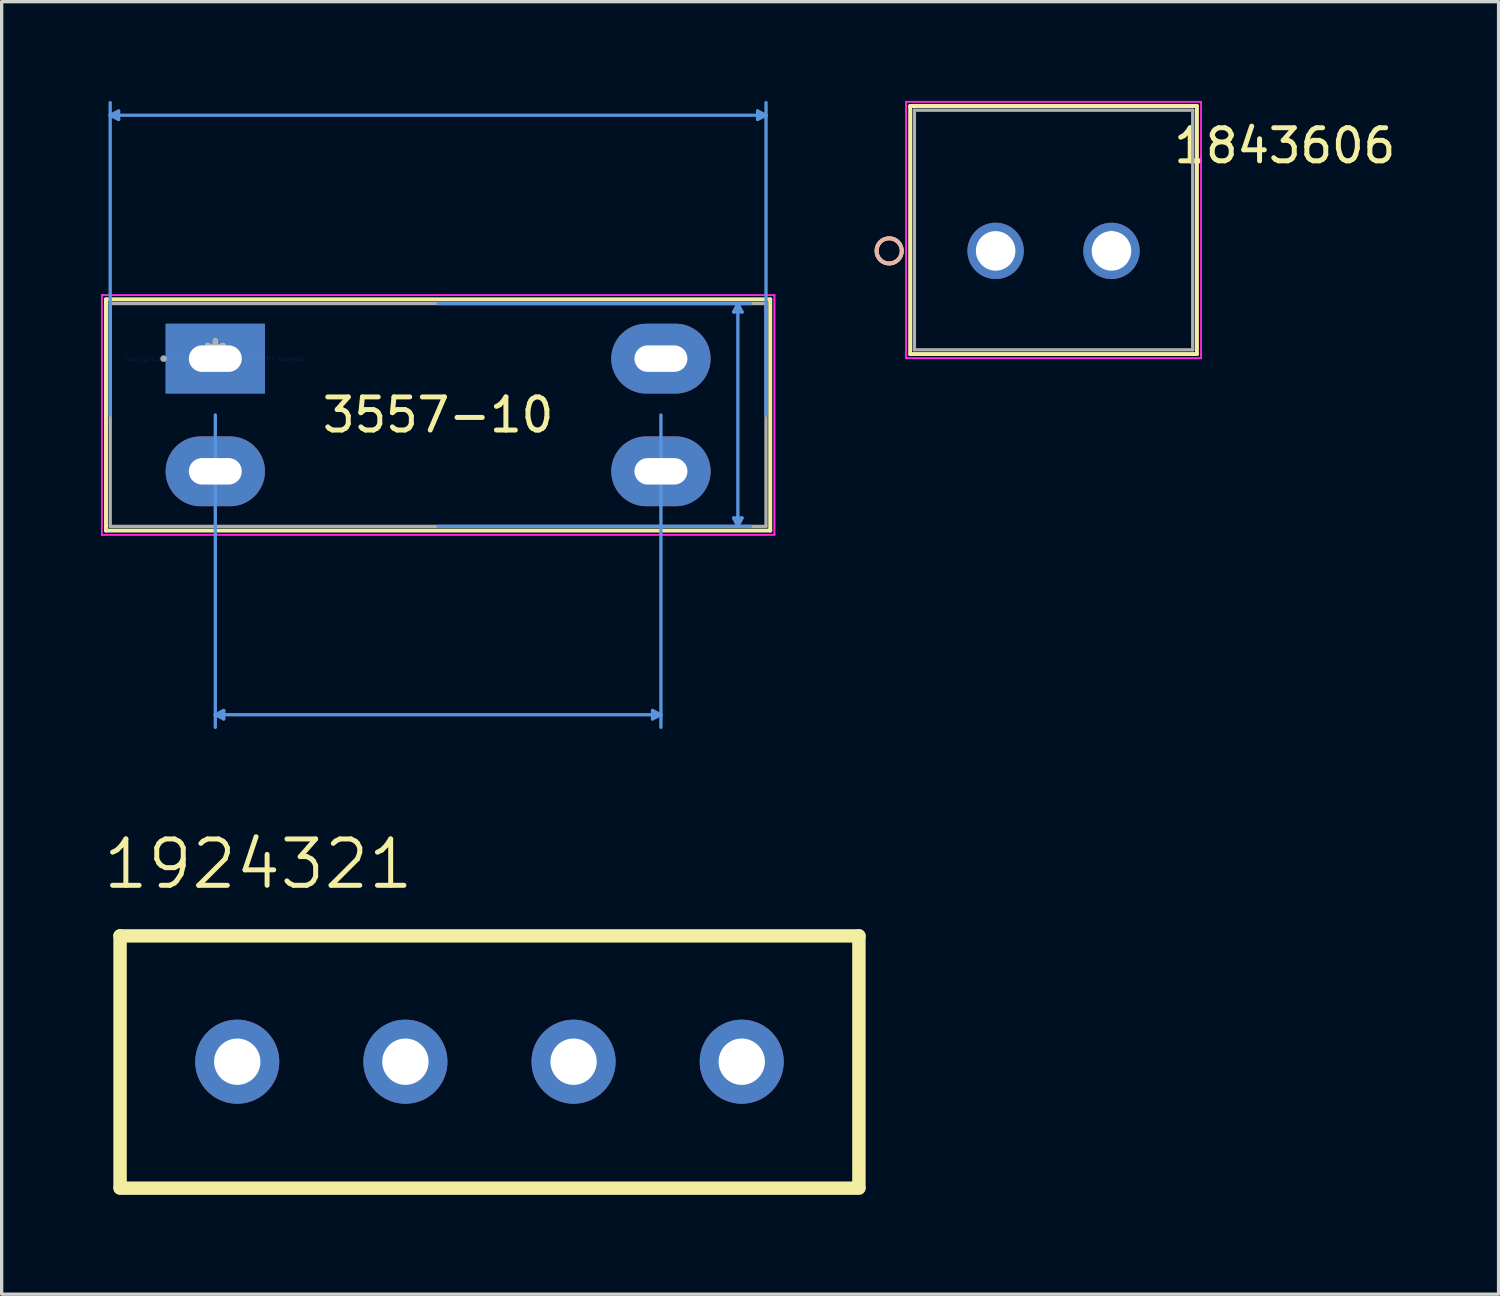
<source format=kicad_pcb>
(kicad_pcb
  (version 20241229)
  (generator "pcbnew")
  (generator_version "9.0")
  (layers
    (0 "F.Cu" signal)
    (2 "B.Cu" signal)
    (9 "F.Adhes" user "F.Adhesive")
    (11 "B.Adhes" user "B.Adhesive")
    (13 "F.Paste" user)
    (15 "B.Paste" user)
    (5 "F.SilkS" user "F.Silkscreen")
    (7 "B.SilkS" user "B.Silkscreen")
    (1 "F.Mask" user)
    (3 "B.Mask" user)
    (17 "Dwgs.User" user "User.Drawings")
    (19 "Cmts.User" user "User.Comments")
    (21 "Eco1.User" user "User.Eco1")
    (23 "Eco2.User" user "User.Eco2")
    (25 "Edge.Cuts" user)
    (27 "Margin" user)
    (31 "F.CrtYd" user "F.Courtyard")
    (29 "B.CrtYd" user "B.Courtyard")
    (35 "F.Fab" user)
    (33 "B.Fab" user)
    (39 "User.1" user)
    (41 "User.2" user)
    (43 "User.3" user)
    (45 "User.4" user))
  (footprint "3557-10"
    (layer "F.Cu")
    (at 3.454 7.784)
    (property "Reference" "3557-10" (at 6.731 1.702 0) (layer "F.SilkS") (effects (font (size 1 1) (thickness 0.15))))
    (attr through_hole)
    (fp_line (start -3.302 -1.791) (end -3.302 5.194) (stroke (width 0.12) (type solid)) (layer "F.SilkS"))
    (fp_line (start 16.764 -1.791) (end -3.302 -1.791) (stroke (width 0.12) (type solid)) (layer "F.SilkS"))
    (fp_line (start 16.764 -1.791) (end 16.764 5.194) (stroke (width 0.12) (type solid)) (layer "F.SilkS"))
    (fp_line (start 16.764 5.194) (end -3.302 5.194) (stroke (width 0.12) (type solid)) (layer "F.SilkS"))
    (fp_line (start -3.175 -7.353) (end -2.921 -7.48) (stroke (width 0.1) (type solid)) (layer "Cmts.User"))
    (fp_line (start -3.175 -7.353) (end -2.921 -7.226) (stroke (width 0.1) (type solid)) (layer "Cmts.User"))
    (fp_line (start -3.175 -7.353) (end 16.637 -7.353) (stroke (width 0.1) (type solid)) (layer "Cmts.User"))
    (fp_line (start -3.175 1.702) (end -3.175 -7.734) (stroke (width 0.1) (type solid)) (layer "Cmts.User"))
    (fp_line (start -2.921 -7.48) (end -2.921 -7.226) (stroke (width 0.1) (type solid)) (layer "Cmts.User"))
    (fp_line (start 0 1.702) (end 0 11.138) (stroke (width 0.1) (type solid)) (layer "Cmts.User"))
    (fp_line (start 0 10.757) (end 0.254 10.63) (stroke (width 0.1) (type solid)) (layer "Cmts.User"))
    (fp_line (start 0 10.757) (end 0.254 10.884) (stroke (width 0.1) (type solid)) (layer "Cmts.User"))
    (fp_line (start 0 10.757) (end 13.462 10.757) (stroke (width 0.1) (type solid)) (layer "Cmts.User"))
    (fp_line (start 0.254 10.63) (end 0.254 10.884) (stroke (width 0.1) (type solid)) (layer "Cmts.User"))
    (fp_line (start 6.731 -1.664) (end 16.167 -1.664) (stroke (width 0.1) (type solid)) (layer "Cmts.User"))
    (fp_line (start 6.731 5.067) (end 16.167 5.067) (stroke (width 0.1) (type solid)) (layer "Cmts.User"))
    (fp_line (start 13.208 10.63) (end 13.208 10.884) (stroke (width 0.1) (type solid)) (layer "Cmts.User"))
    (fp_line (start 13.462 1.702) (end 13.462 11.138) (stroke (width 0.1) (type solid)) (layer "Cmts.User"))
    (fp_line (start 13.462 10.757) (end 13.208 10.63) (stroke (width 0.1) (type solid)) (layer "Cmts.User"))
    (fp_line (start 13.462 10.757) (end 13.208 10.884) (stroke (width 0.1) (type solid)) (layer "Cmts.User"))
    (fp_line (start 15.659 -1.41) (end 15.913 -1.41) (stroke (width 0.1) (type solid)) (layer "Cmts.User"))
    (fp_line (start 15.659 4.813) (end 15.913 4.813) (stroke (width 0.1) (type solid)) (layer "Cmts.User"))
    (fp_line (start 15.786 -1.664) (end 15.659 -1.41) (stroke (width 0.1) (type solid)) (layer "Cmts.User"))
    (fp_line (start 15.786 -1.664) (end 15.786 5.067) (stroke (width 0.1) (type solid)) (layer "Cmts.User"))
    (fp_line (start 15.786 -1.664) (end 15.913 -1.41) (stroke (width 0.1) (type solid)) (layer "Cmts.User"))
    (fp_line (start 15.786 5.067) (end 15.659 4.813) (stroke (width 0.1) (type solid)) (layer "Cmts.User"))
    (fp_line (start 15.786 5.067) (end 15.913 4.813) (stroke (width 0.1) (type solid)) (layer "Cmts.User"))
    (fp_line (start 16.383 -7.48) (end 16.383 -7.226) (stroke (width 0.1) (type solid)) (layer "Cmts.User"))
    (fp_line (start 16.637 -7.353) (end 16.383 -7.48) (stroke (width 0.1) (type solid)) (layer "Cmts.User"))
    (fp_line (start 16.637 -7.353) (end 16.383 -7.226) (stroke (width 0.1) (type solid)) (layer "Cmts.User"))
    (fp_line (start 16.637 1.702) (end 16.637 -7.734) (stroke (width 0.1) (type solid)) (layer "Cmts.User"))
    (fp_line (start -3.429 -1.918) (end 16.891 -1.918) (stroke (width 0.05) (type solid)) (layer "F.CrtYd"))
    (fp_line (start -3.429 -1.918) (end 16.891 -1.918) (stroke (width 0.05) (type solid)) (layer "F.CrtYd"))
    (fp_line (start -3.429 5.321) (end -3.429 -1.918) (stroke (width 0.05) (type solid)) (layer "F.CrtYd"))
    (fp_line (start -3.429 5.321) (end -3.429 -1.918) (stroke (width 0.05) (type solid)) (layer "F.CrtYd"))
    (fp_line (start 16.891 -1.918) (end 16.891 5.321) (stroke (width 0.05) (type solid)) (layer "F.CrtYd"))
    (fp_line (start 16.891 -1.918) (end 16.891 5.321) (stroke (width 0.05) (type solid)) (layer "F.CrtYd"))
    (fp_line (start 16.891 5.321) (end -3.429 5.321) (stroke (width 0.05) (type solid)) (layer "F.CrtYd"))
    (fp_line (start 16.891 5.321) (end -3.429 5.321) (stroke (width 0.05) (type solid)) (layer "F.CrtYd"))
    (fp_line (start -3.175 -1.664) (end -3.175 5.067) (stroke (width 0.1) (type solid)) (layer "F.Fab"))
    (fp_line (start 16.637 -1.664) (end -3.175 -1.664) (stroke (width 0.1) (type solid)) (layer "F.Fab"))
    (fp_line (start 16.637 -1.664) (end 16.637 5.067) (stroke (width 0.1) (type solid)) (layer "F.Fab"))
    (fp_line (start 16.637 5.067) (end -3.175 5.067) (stroke (width 0.1) (type solid)) (layer "F.Fab"))
    (fp_circle (center -1.562 0) (end -1.562 0) (stroke (width 0.1) (type solid)) (fill no) (layer "F.Fab"))
    (fp_text user "*" (at 0 0 0) (layer "F.SilkS") (effects (font (size 1 1) (thickness 0.15))))
    (fp_text user "Copyright 2021 Accelerated Designs. All rights reserved." (at 0 0 0) (layer "Cmts.User") (effects (font (size 0.127 0.127) (thickness 0.002))))
    (fp_text user "*" (at 0 0 0) (layer "F.Fab") (effects (font (size 1 1) (thickness 0.15))))
    (pad "1" thru_hole rect (at 0 0) (size 3 2.108) (drill oval 1.6 0.8) (layers "*.Cu" "*.Mask"))
    (pad "2" thru_hole oval (at 0 3.404) (size 3 2.108) (drill oval 1.6 0.8) (layers "*.Cu" "*.Mask"))
    (pad "3" thru_hole oval (at 13.462 3.404) (size 3 2.108) (drill oval 1.6 0.8) (layers "*.Cu" "*.Mask"))
    (pad "4" thru_hole oval (at 13.462 0) (size 3 2.108) (drill oval 1.6 0.8) (layers "*.Cu" "*.Mask")))
  (footprint "1843606"
    (layer "F.Cu")
    (at 30.527 4.529)
    (property "Reference" "1843606" (at 5.235 -3.175 0) (layer "F.SilkS") (effects (font (size 1 1) (thickness 0.15))))
    (attr through_hole)
    (fp_line (start -6.081 -4.377) (end -6.081 3.116) (stroke (width 0.12) (type solid)) (layer "F.SilkS"))
    (fp_line (start -6.081 3.116) (end 2.581 3.116) (stroke (width 0.12) (type solid)) (layer "F.SilkS"))
    (fp_line (start 2.581 -4.377) (end -6.081 -4.377) (stroke (width 0.12) (type solid)) (layer "F.SilkS"))
    (fp_line (start 2.581 3.116) (end 2.581 -4.377) (stroke (width 0.12) (type solid)) (layer "F.SilkS"))
    (fp_circle (center -6.716 0) (end -6.335 0) (stroke (width 0.12) (type solid)) (fill no) (layer "F.SilkS"))
    (fp_circle (center -6.716 0) (end -6.335 0) (stroke (width 0.12) (type solid)) (fill no) (layer "B.SilkS"))
    (fp_line (start -6.208 -4.504) (end -6.208 3.243) (stroke (width 0.05) (type solid)) (layer "F.CrtYd"))
    (fp_line (start -6.208 -4.504) (end -6.208 3.243) (stroke (width 0.05) (type solid)) (layer "F.CrtYd"))
    (fp_line (start -6.208 3.243) (end 2.708 3.243) (stroke (width 0.05) (type solid)) (layer "F.CrtYd"))
    (fp_line (start -6.208 3.243) (end 2.708 3.243) (stroke (width 0.05) (type solid)) (layer "F.CrtYd"))
    (fp_line (start 2.708 -4.504) (end -6.208 -4.504) (stroke (width 0.05) (type solid)) (layer "F.CrtYd"))
    (fp_line (start 2.708 -4.504) (end -6.208 -4.504) (stroke (width 0.05) (type solid)) (layer "F.CrtYd"))
    (fp_line (start 2.708 3.243) (end 2.708 -4.504) (stroke (width 0.05) (type solid)) (layer "F.CrtYd"))
    (fp_line (start 2.708 3.243) (end 2.708 -4.504) (stroke (width 0.05) (type solid)) (layer "F.CrtYd"))
    (fp_line (start -5.954 -4.25) (end -5.954 2.989) (stroke (width 0.1) (type solid)) (layer "F.Fab"))
    (fp_line (start -5.954 2.989) (end 2.454 2.989) (stroke (width 0.1) (type solid)) (layer "F.Fab"))
    (fp_line (start 2.454 -4.25) (end -5.954 -4.25) (stroke (width 0.1) (type solid)) (layer "F.Fab"))
    (fp_line (start 2.454 2.989) (end 2.454 -4.25) (stroke (width 0.1) (type solid)) (layer "F.Fab"))
    (fp_text user "*" (at 0 0 0) (layer "F.Fab") (effects (font (size 1 1) (thickness 0.15))))
    (pad "1" thru_hole circle (at -3.5 0) (size 1.702 1.702) (drill 1.194) (layers "*.Cu" "*.Mask"))
    (pad "2" thru_hole circle (at 0.000001 0) (size 1.702 1.702) (drill 1.194) (layers "*.Cu" "*.Mask")))
  (footprint "1924321"
    (layer "F.Cu")
    (at 11.737 29.023)
    (property "Reference" "1924321" (at -6.985 -5.969 0) (layer "F.SilkS") (effects (font (size 1.4 1.4) (thickness 0.15))))
    (attr through_hole)
    (fp_line (start -11.16 -3.8) (end -11.16 3.8) (stroke (width 0.406) (type solid)) (layer "F.SilkS"))
    (fp_line (start -11.16 -3.8) (end 11.16 -3.8) (stroke (width 0.406) (type solid)) (layer "F.SilkS"))
    (fp_line (start -11.16 3.82) (end 11.16 3.82) (stroke (width 0.406) (type solid)) (layer "F.SilkS"))
    (fp_line (start 11.16 -3.8) (end 11.16 3.8) (stroke (width 0.406) (type solid)) (layer "F.SilkS"))
    (pad "P$1" thru_hole circle (at -7.62 0) (size 2.54 2.54) (drill 1.4) (layers "*.Cu" "*.Mask"))
    (pad "P$2" thru_hole circle (at -2.54 0) (size 2.54 2.54) (drill 1.4) (layers "*.Cu" "*.Mask"))
    (pad "P$3" thru_hole circle (at 2.54 0) (size 2.54 2.54) (drill 1.4) (layers "*.Cu" "*.Mask"))
    (pad "P$4" thru_hole circle (at 7.62 0) (size 2.54 2.54) (drill 1.4) (layers "*.Cu" "*.Mask")))
  (gr_rect
    (start -3 -3)
    (end 42.22 36.047)
    (stroke (width 0.1) (type default))
    (fill no)
    (layer "Edge.Cuts")))
</source>
